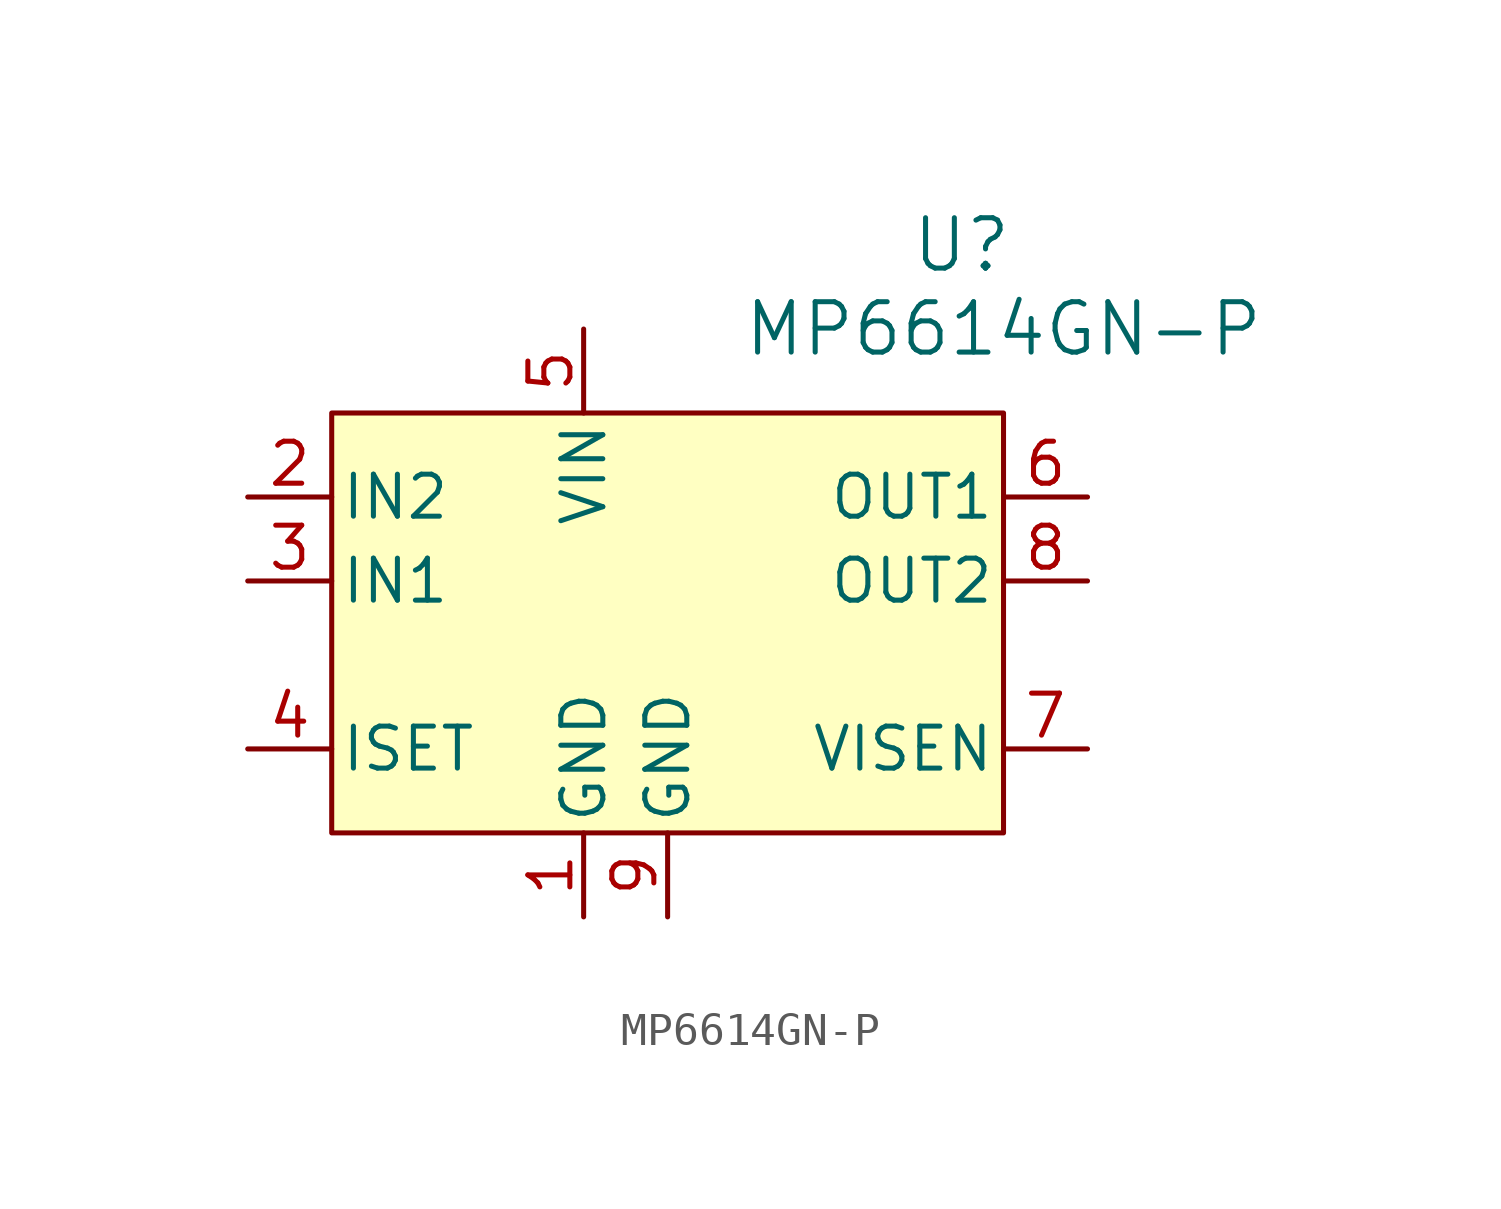
<source format=kicad_sym>
(kicad_symbol_lib
  (version 20220914)
  (generator kicad_symbol_editor)
  (symbol "MP6614GN-P"
    (pin_names
      (offset 0.254))
    (property "Reference" "U"
      (at 26.67 10.16 0)
      (effects (font (size 1.524 1.524))))
    (property "Value" "MP6614GN-P"
      (at 27.94 7.62 0)
      (effects (font (size 1.524 1.524))))
    (property "ki_locked" ""
      (at 0 0 0)
      (effects (font (size 1.27 1.27))))
    (symbol "MP6614GN-P_1_1"
      (rectangle (start 7.62 5.08) (end 27.94 -7.62) (stroke (width 0) (type default)) (fill (type background)))
      (pin power_in line (at 15.24 -10.16 90) (length 2.54) (name "GND" (effects (font (size 1.27 1.27)))) (number "1" (effects (font (size 1.27 1.27)))))
      (pin input line (at 5.08 2.54 0) (length 2.54) (name "IN2" (effects (font (size 1.27 1.27)))) (number "2" (effects (font (size 1.27 1.27)))))
      (pin input line (at 5.08 0 0) (length 2.54) (name "IN1" (effects (font (size 1.27 1.27)))) (number "3" (effects (font (size 1.27 1.27)))))
      (pin unspecified line (at 5.08 -5.08 0) (length 2.54) (name "ISET" (effects (font (size 1.27 1.27)))) (number "4" (effects (font (size 1.27 1.27)))))
      (pin power_in line (at 15.24 7.62 270) (length 2.54) (name "VIN" (effects (font (size 1.27 1.27)))) (number "5" (effects (font (size 1.27 1.27)))))
      (pin output line (at 30.48 2.54 180) (length 2.54) (name "OUT1" (effects (font (size 1.27 1.27)))) (number "6" (effects (font (size 1.27 1.27)))))
      (pin power_in line (at 30.48 -5.08 180) (length 2.54) (name "VISEN" (effects (font (size 1.27 1.27)))) (number "7" (effects (font (size 1.27 1.27)))))
      (pin output line (at 30.48 0 180) (length 2.54) (name "OUT2" (effects (font (size 1.27 1.27)))) (number "8" (effects (font (size 1.27 1.27)))))
      (pin power_in line (at 17.78 -10.16 90) (length 2.54) (name "GND" (effects (font (size 1.27 1.27)))) (number "9" (effects (font (size 1.27 1.27))))))))
</source>
